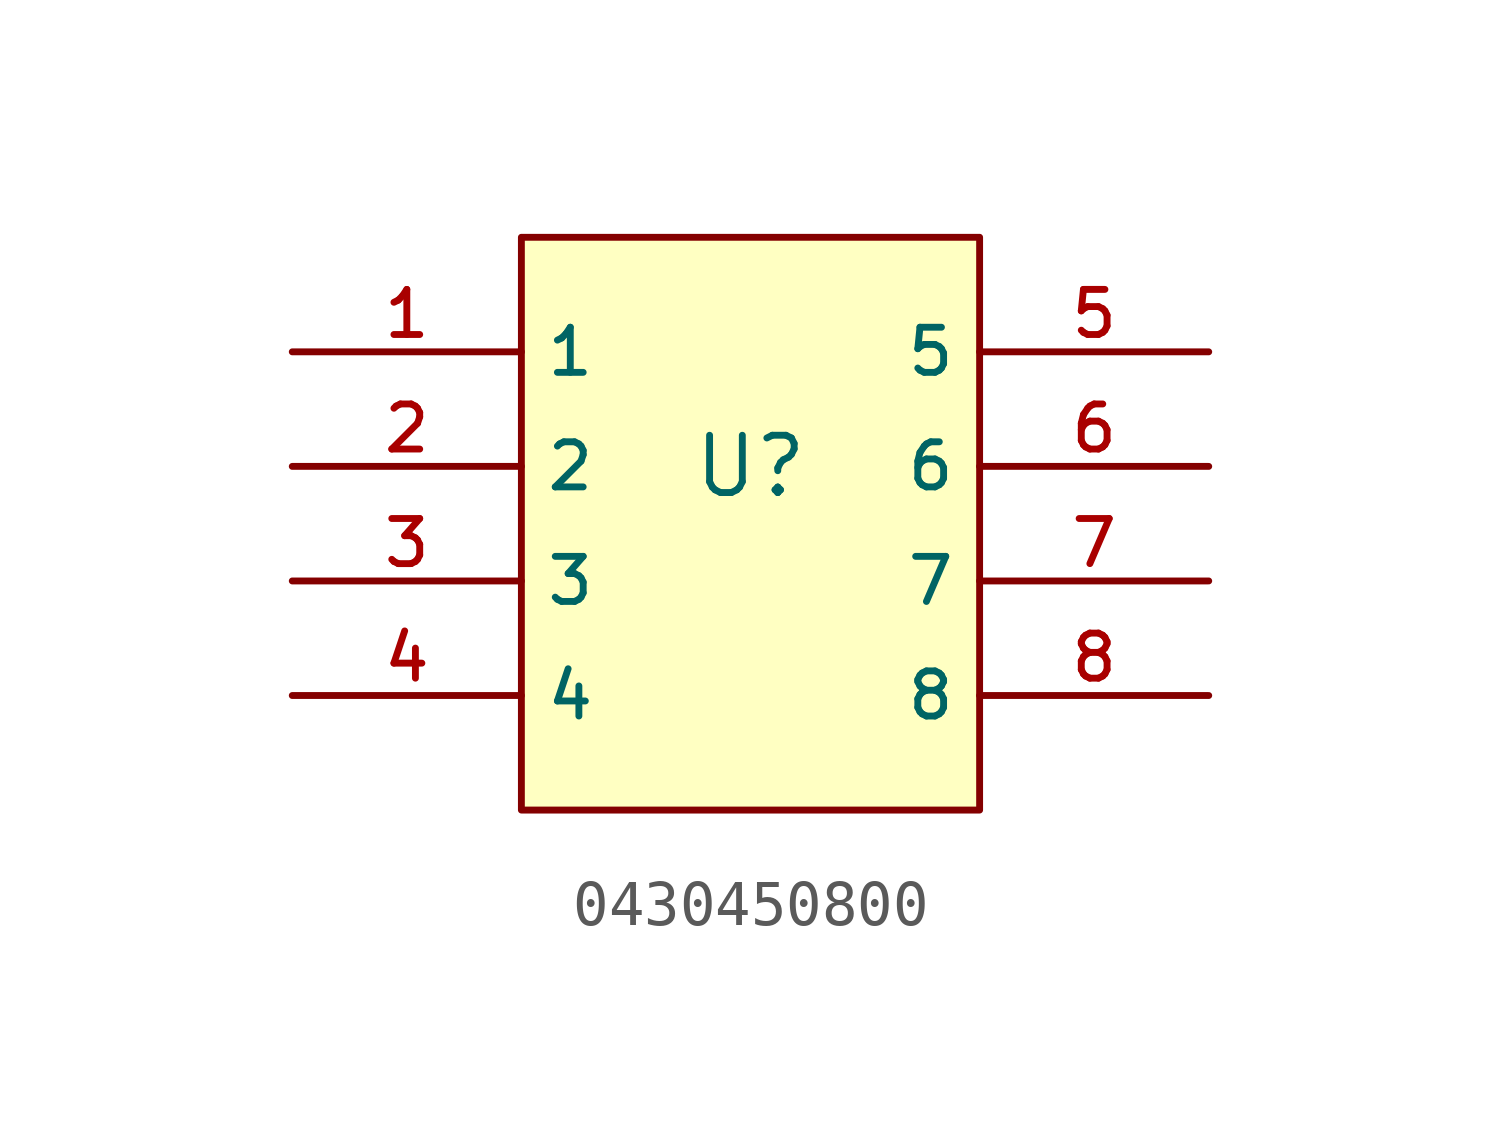
<source format=kicad_sym>
(kicad_symbol_lib
  (version 20210201)
  (generator TousstNicolas/JLC2KiCad_lib)
  (symbol "0430450800"
    (property "Reference" "U"
      (at 0 1.27 0)
      (effects (font (size 1.27 1.27))))
    (symbol "0430450800_0_1"
      (rectangle (start -5.08 6.35) (end 5.08 -6.35) (stroke (width 0) (type default) (color 0 0 0 0)) (fill (type background)))
      (pin unspecified line (at -10.16 3.81 0) (length 5.08) (name "1" (effects (font (size 1 1)))) (number "1" (effects (font (size 1 1)))))
      (pin unspecified line (at -10.16 1.27 0) (length 5.08) (name "2" (effects (font (size 1 1)))) (number "2" (effects (font (size 1 1)))))
      (pin unspecified line (at -10.16 -1.27 0) (length 5.08) (name "3" (effects (font (size 1 1)))) (number "3" (effects (font (size 1 1)))))
      (pin unspecified line (at -10.16 -3.81 0) (length 5.08) (name "4" (effects (font (size 1 1)))) (number "4" (effects (font (size 1 1)))))
      (pin unspecified line (at 10.16 3.81 180) (length 5.08) (name "5" (effects (font (size 1 1)))) (number "5" (effects (font (size 1 1)))))
      (pin unspecified line (at 10.16 1.27 180) (length 5.08) (name "6" (effects (font (size 1 1)))) (number "6" (effects (font (size 1 1)))))
      (pin unspecified line (at 10.16 -1.27 180) (length 5.08) (name "7" (effects (font (size 1 1)))) (number "7" (effects (font (size 1 1)))))
      (pin unspecified line (at 10.16 -3.81 180) (length 5.08) (name "8" (effects (font (size 1 1)))) (number "8" (effects (font (size 1 1))))))))
</source>
